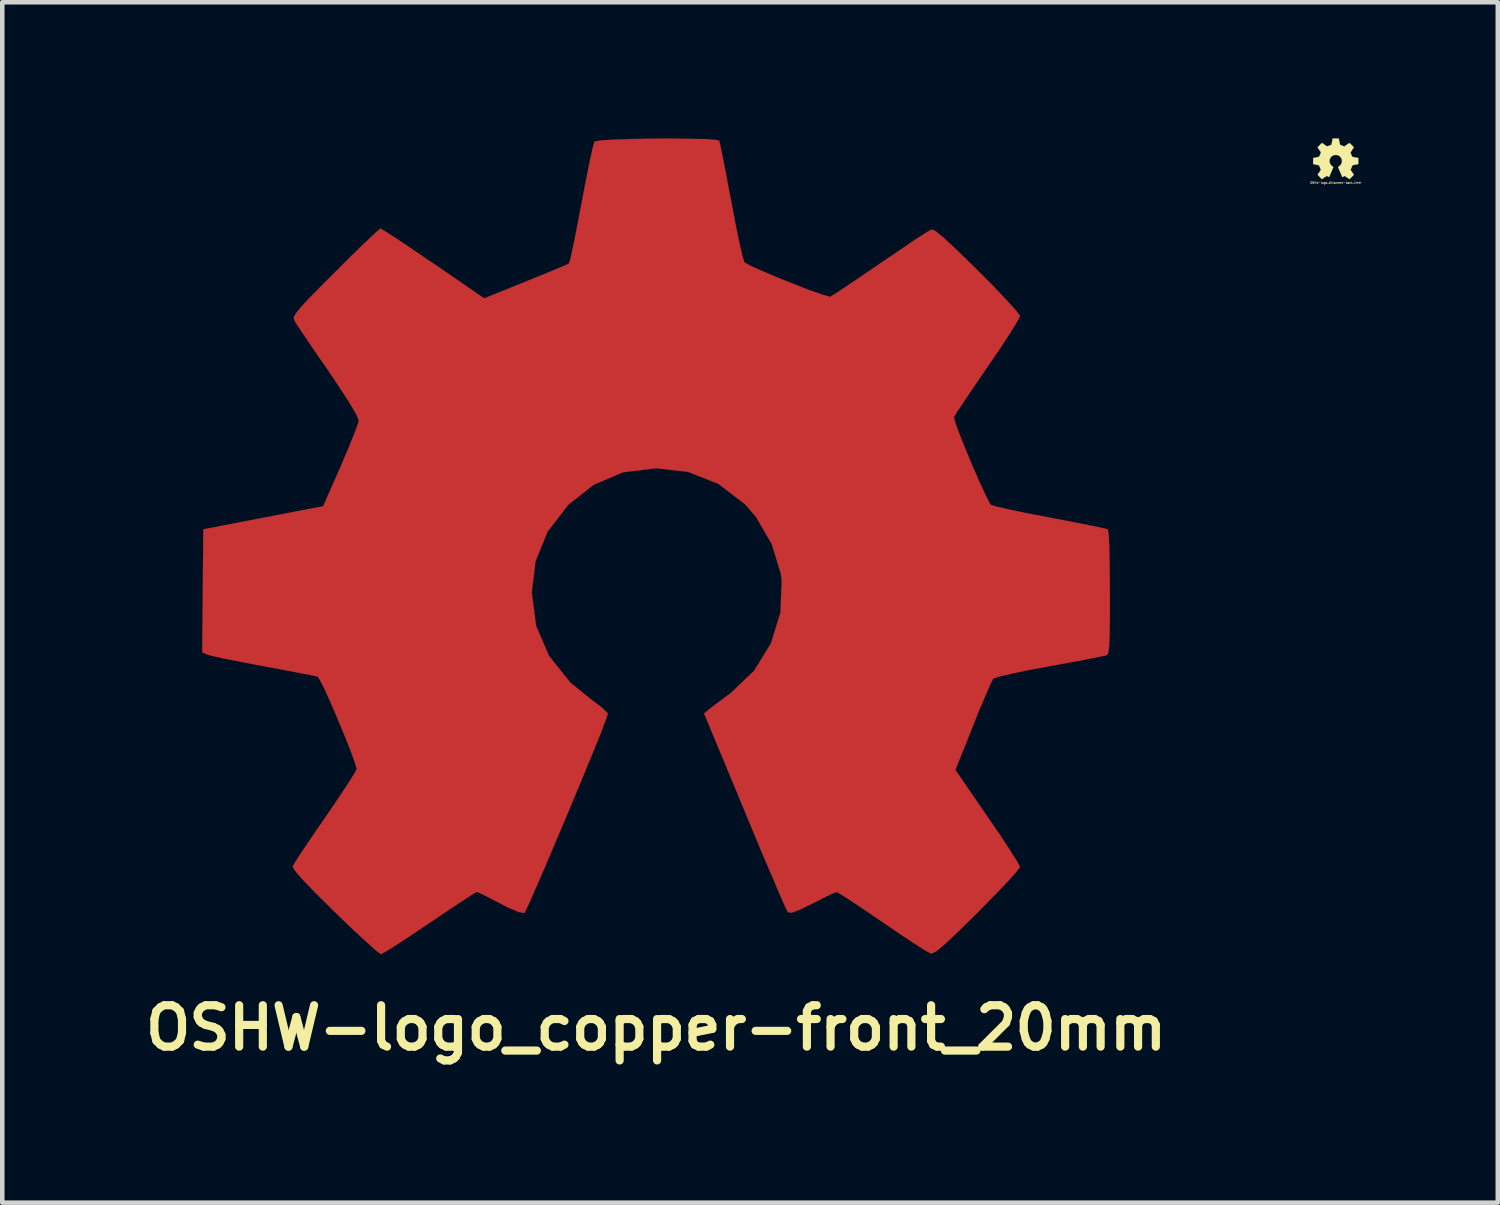
<source format=kicad_pcb>
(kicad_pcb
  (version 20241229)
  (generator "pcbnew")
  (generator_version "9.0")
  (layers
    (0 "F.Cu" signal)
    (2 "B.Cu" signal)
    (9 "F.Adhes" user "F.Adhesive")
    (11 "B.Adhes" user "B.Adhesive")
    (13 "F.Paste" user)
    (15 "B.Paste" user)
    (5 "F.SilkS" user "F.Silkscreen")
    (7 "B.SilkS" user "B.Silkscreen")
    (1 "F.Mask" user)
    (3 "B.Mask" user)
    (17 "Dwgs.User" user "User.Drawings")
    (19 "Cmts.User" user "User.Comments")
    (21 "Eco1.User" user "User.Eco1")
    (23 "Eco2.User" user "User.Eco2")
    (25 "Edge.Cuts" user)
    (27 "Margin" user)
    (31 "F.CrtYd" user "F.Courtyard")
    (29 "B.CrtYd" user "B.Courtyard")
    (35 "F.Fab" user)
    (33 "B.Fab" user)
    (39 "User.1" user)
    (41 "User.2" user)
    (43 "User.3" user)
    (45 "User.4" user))
  (footprint "OSHW-logo_silkscreen-back_1mm"
    (layer "F.Cu")
    (at 26.377 0.448)
    (property "Reference" "OSHW-logo_silkscreen-back_1mm" (at 0 0.528 0) (layer "F.SilkS") (effects (font (size 0.043 0.043) (thickness 0.008))))
    (attr through_hole)
    (fp_poly (pts (xy 0.302 0.447) (xy 0.297 0.445) (xy 0.284 0.437) (xy 0.269 0.427) (xy 0.249 0.414) (xy 0.229 0.401) (xy 0.213 0.389) (xy 0.201 0.381) (xy 0.196 0.378) (xy 0.193 0.381) (xy 0.185 0.386) (xy 0.17 0.391) (xy 0.163 0.396) (xy 0.15 0.401) (xy 0.145 0.404) (xy 0.142 0.401) (xy 0.137 0.391) (xy 0.132 0.376) (xy 0.122 0.353) (xy 0.112 0.328) (xy 0.099 0.3) (xy 0.089 0.272) (xy 0.076 0.246) (xy 0.066 0.221) (xy 0.058 0.203) (xy 0.053 0.188) (xy 0.051 0.183) (xy 0.053 0.183) (xy 0.058 0.175) (xy 0.069 0.168) (xy 0.094 0.147) (xy 0.117 0.119) (xy 0.132 0.086) (xy 0.135 0.048) (xy 0.132 0.015) (xy 0.119 -0.015) (xy 0.097 -0.046) (xy 0.069 -0.066) (xy 0.036 -0.081) (xy 0 -0.084) (xy -0.033 -0.081) (xy -0.066 -0.069) (xy -0.097 -0.046) (xy -0.109 -0.03) (xy -0.127 0) (xy -0.137 0.028) (xy -0.137 0.036) (xy -0.135 0.071) (xy -0.124 0.107) (xy -0.107 0.135) (xy -0.081 0.16) (xy -0.079 0.163) (xy -0.066 0.173) (xy -0.058 0.178) (xy -0.051 0.183) (xy -0.097 0.29) (xy -0.104 0.307) (xy -0.117 0.338) (xy -0.127 0.363) (xy -0.135 0.384) (xy -0.142 0.396) (xy -0.145 0.401) (xy -0.147 0.401) (xy -0.155 0.399) (xy -0.17 0.391) (xy -0.18 0.386) (xy -0.193 0.381) (xy -0.198 0.378) (xy -0.203 0.381) (xy -0.213 0.389) (xy -0.229 0.399) (xy -0.249 0.411) (xy -0.267 0.424) (xy -0.284 0.437) (xy -0.295 0.445) (xy -0.302 0.447) (xy -0.307 0.445) (xy -0.318 0.437) (xy -0.333 0.422) (xy -0.353 0.401) (xy -0.356 0.399) (xy -0.373 0.381) (xy -0.386 0.366) (xy -0.396 0.356) (xy -0.399 0.353) (xy -0.396 0.345) (xy -0.389 0.333) (xy -0.378 0.318) (xy -0.363 0.297) (xy -0.328 0.244) (xy -0.348 0.196) (xy -0.353 0.18) (xy -0.361 0.163) (xy -0.368 0.15) (xy -0.371 0.145) (xy -0.376 0.142) (xy -0.389 0.14) (xy -0.409 0.135) (xy -0.432 0.132) (xy -0.455 0.127) (xy -0.472 0.122) (xy -0.488 0.119) (xy -0.495 0.119) (xy -0.495 0.117) (xy -0.498 0.114) (xy -0.498 0.109) (xy -0.498 0.097) (xy -0.498 0.076) (xy -0.498 0.048) (xy -0.498 0.046) (xy -0.498 0.02) (xy -0.498 0) (xy -0.498 -0.013) (xy -0.495 -0.018) (xy -0.49 -0.02) (xy -0.475 -0.023) (xy -0.457 -0.025) (xy -0.432 -0.03) (xy -0.406 -0.036) (xy -0.389 -0.041) (xy -0.373 -0.043) (xy -0.368 -0.046) (xy -0.366 -0.046) (xy -0.361 -0.056) (xy -0.356 -0.071) (xy -0.348 -0.089) (xy -0.34 -0.107) (xy -0.333 -0.124) (xy -0.328 -0.135) (xy -0.328 -0.142) (xy -0.33 -0.147) (xy -0.338 -0.16) (xy -0.351 -0.175) (xy -0.363 -0.196) (xy -0.366 -0.198) (xy -0.378 -0.218) (xy -0.389 -0.236) (xy -0.396 -0.246) (xy -0.399 -0.251) (xy -0.399 -0.254) (xy -0.396 -0.259) (xy -0.386 -0.269) (xy -0.371 -0.284) (xy -0.353 -0.302) (xy -0.348 -0.307) (xy -0.328 -0.328) (xy -0.315 -0.34) (xy -0.305 -0.345) (xy -0.302 -0.348) (xy -0.295 -0.345) (xy -0.282 -0.335) (xy -0.267 -0.325) (xy -0.246 -0.31) (xy -0.244 -0.31) (xy -0.224 -0.297) (xy -0.208 -0.284) (xy -0.196 -0.277) (xy -0.191 -0.274) (xy -0.183 -0.277) (xy -0.168 -0.282) (xy -0.15 -0.287) (xy -0.132 -0.295) (xy -0.114 -0.302) (xy -0.102 -0.307) (xy -0.097 -0.312) (xy -0.094 -0.32) (xy -0.091 -0.335) (xy -0.086 -0.356) (xy -0.081 -0.378) (xy -0.081 -0.384) (xy -0.076 -0.406) (xy -0.074 -0.427) (xy -0.069 -0.439) (xy -0.069 -0.447) (xy -0.066 -0.447) (xy -0.053 -0.447) (xy -0.036 -0.447) (xy -0.013 -0.447) (xy 0.008 -0.447) (xy 0.028 -0.447) (xy 0.048 -0.447) (xy 0.061 -0.447) (xy 0.066 -0.445) (xy 0.069 -0.437) (xy 0.071 -0.422) (xy 0.076 -0.401) (xy 0.081 -0.376) (xy 0.081 -0.373) (xy 0.086 -0.348) (xy 0.091 -0.33) (xy 0.094 -0.315) (xy 0.094 -0.31) (xy 0.097 -0.31) (xy 0.107 -0.305) (xy 0.122 -0.3) (xy 0.142 -0.29) (xy 0.188 -0.272) (xy 0.244 -0.31) (xy 0.249 -0.315) (xy 0.269 -0.328) (xy 0.287 -0.338) (xy 0.297 -0.345) (xy 0.302 -0.348) (xy 0.307 -0.343) (xy 0.32 -0.333) (xy 0.335 -0.318) (xy 0.353 -0.302) (xy 0.366 -0.287) (xy 0.381 -0.272) (xy 0.391 -0.262) (xy 0.396 -0.254) (xy 0.399 -0.251) (xy 0.396 -0.249) (xy 0.394 -0.241) (xy 0.386 -0.231) (xy 0.373 -0.213) (xy 0.361 -0.193) (xy 0.348 -0.175) (xy 0.338 -0.157) (xy 0.33 -0.145) (xy 0.325 -0.137) (xy 0.328 -0.135) (xy 0.33 -0.124) (xy 0.338 -0.107) (xy 0.345 -0.086) (xy 0.366 -0.043) (xy 0.394 -0.038) (xy 0.411 -0.033) (xy 0.437 -0.03) (xy 0.46 -0.025) (xy 0.498 -0.018) (xy 0.498 0.114) (xy 0.493 0.117) (xy 0.488 0.119) (xy 0.475 0.122) (xy 0.455 0.127) (xy 0.432 0.13) (xy 0.411 0.135) (xy 0.391 0.137) (xy 0.378 0.14) (xy 0.371 0.142) (xy 0.371 0.145) (xy 0.366 0.155) (xy 0.358 0.17) (xy 0.351 0.188) (xy 0.343 0.206) (xy 0.335 0.224) (xy 0.33 0.236) (xy 0.328 0.244) (xy 0.33 0.249) (xy 0.338 0.262) (xy 0.351 0.277) (xy 0.363 0.297) (xy 0.376 0.318) (xy 0.389 0.333) (xy 0.396 0.345) (xy 0.399 0.351) (xy 0.396 0.356) (xy 0.389 0.363) (xy 0.376 0.378) (xy 0.353 0.401) (xy 0.348 0.404) (xy 0.333 0.422) (xy 0.318 0.434) (xy 0.307 0.445) (xy 0.302 0.447)) (stroke (width 0.003) (type solid)) (fill yes) (layer "F.SilkS")))
  (footprint "OSHW-logo_copper-front_20mm"
    (layer "F.Cu")
    (at 11.404 8.988)
    (property "Reference" "OSHW-logo_copper-front_20mm" (at 0 10.607 0) (layer "F.SilkS") (effects (font (size 0.912 0.912) (thickness 0.18))))
    (attr through_hole)
    (fp_poly (pts (xy -6.063 8.984) (xy -5.959 8.928) (xy -5.723 8.781) (xy -5.39 8.562) (xy -4.996 8.298) (xy -4.6 8.031) (xy -4.272 7.813) (xy -4.046 7.666) (xy -3.95 7.612) (xy -3.899 7.63) (xy -3.711 7.722) (xy -3.437 7.864) (xy -3.279 7.948) (xy -3.028 8.054) (xy -2.903 8.077) (xy -2.883 8.042) (xy -2.791 7.851) (xy -2.647 7.523) (xy -2.459 7.089) (xy -2.243 6.581) (xy -2.012 6.035) (xy -1.778 5.476) (xy -1.557 4.943) (xy -1.361 4.465) (xy -1.204 4.077) (xy -1.102 3.805) (xy -1.064 3.688) (xy -1.074 3.665) (xy -1.201 3.543) (xy -1.42 3.378) (xy -1.892 2.995) (xy -2.36 2.41) (xy -2.644 1.748) (xy -2.738 1.013) (xy -2.657 0.33) (xy -2.39 -0.328) (xy -1.933 -0.917) (xy -1.379 -1.356) (xy -0.729 -1.633) (xy -0.003 -1.722) (xy 0.699 -1.643) (xy 1.369 -1.379) (xy 1.958 -0.93) (xy 2.205 -0.643) (xy 2.55 -0.046) (xy 2.746 0.597) (xy 2.766 0.759) (xy 2.738 1.46) (xy 2.53 2.134) (xy 2.159 2.738) (xy 1.643 3.231) (xy 1.58 3.277) (xy 1.341 3.454) (xy 1.181 3.576) (xy 1.057 3.68) (xy 1.951 5.832) (xy 2.093 6.175) (xy 2.337 6.764) (xy 2.555 7.269) (xy 2.725 7.673) (xy 2.845 7.943) (xy 2.898 8.052) (xy 2.903 8.057) (xy 2.982 8.072) (xy 3.147 8.011) (xy 3.447 7.866) (xy 3.645 7.765) (xy 3.873 7.653) (xy 3.978 7.612) (xy 4.064 7.661) (xy 4.285 7.803) (xy 4.605 8.016) (xy 4.989 8.278) (xy 5.354 8.527) (xy 5.692 8.75) (xy 5.939 8.908) (xy 6.058 8.971) (xy 6.076 8.971) (xy 6.182 8.913) (xy 6.375 8.75) (xy 6.67 8.473) (xy 7.084 8.065) (xy 7.148 8.001) (xy 7.488 7.653) (xy 7.765 7.363) (xy 7.95 7.155) (xy 8.019 7.061) (xy 7.958 6.944) (xy 7.803 6.701) (xy 7.579 6.358) (xy 7.305 5.959) (xy 6.594 4.923) (xy 6.985 3.945) (xy 7.104 3.645) (xy 7.257 3.282) (xy 7.371 3.023) (xy 7.429 2.911) (xy 7.536 2.873) (xy 7.803 2.809) (xy 8.191 2.728) (xy 8.654 2.642) (xy 9.093 2.56) (xy 9.492 2.487) (xy 9.779 2.428) (xy 9.909 2.403) (xy 9.939 2.385) (xy 9.967 2.322) (xy 9.982 2.187) (xy 9.992 1.946) (xy 9.997 1.565) (xy 9.997 1.013) (xy 9.997 0.953) (xy 9.992 0.427) (xy 9.985 0.008) (xy 9.97 -0.269) (xy 9.952 -0.376) (xy 9.949 -0.378) (xy 9.825 -0.409) (xy 9.545 -0.467) (xy 9.147 -0.546) (xy 8.672 -0.635) (xy 8.644 -0.643) (xy 8.169 -0.732) (xy 7.772 -0.815) (xy 7.496 -0.879) (xy 7.379 -0.914) (xy 7.353 -0.95) (xy 7.259 -1.133) (xy 7.122 -1.427) (xy 6.965 -1.786) (xy 6.812 -2.156) (xy 6.678 -2.489) (xy 6.589 -2.741) (xy 6.561 -2.852) (xy 6.563 -2.855) (xy 6.634 -2.969) (xy 6.797 -3.213) (xy 7.026 -3.553) (xy 7.303 -3.957) (xy 7.323 -3.988) (xy 7.595 -4.387) (xy 7.816 -4.724) (xy 7.963 -4.966) (xy 8.019 -5.075) (xy 8.016 -5.083) (xy 7.927 -5.202) (xy 7.722 -5.428) (xy 7.432 -5.733) (xy 7.082 -6.086) (xy 6.97 -6.195) (xy 6.581 -6.574) (xy 6.312 -6.822) (xy 6.144 -6.955) (xy 6.063 -6.985) (xy 6.06 -6.982) (xy 5.939 -6.909) (xy 5.687 -6.746) (xy 5.344 -6.513) (xy 4.938 -6.238) (xy 4.91 -6.218) (xy 4.511 -5.946) (xy 4.178 -5.723) (xy 3.942 -5.565) (xy 3.838 -5.502) (xy 3.82 -5.502) (xy 3.658 -5.55) (xy 3.373 -5.649) (xy 3.023 -5.786) (xy 2.654 -5.933) (xy 2.319 -6.076) (xy 2.065 -6.19) (xy 1.946 -6.259) (xy 1.943 -6.264) (xy 1.9 -6.406) (xy 1.831 -6.706) (xy 1.748 -7.117) (xy 1.654 -7.607) (xy 1.638 -7.686) (xy 1.549 -8.164) (xy 1.473 -8.555) (xy 1.417 -8.829) (xy 1.389 -8.941) (xy 1.323 -8.956) (xy 1.087 -8.974) (xy 0.732 -8.981) (xy 0.302 -8.987) (xy -0.152 -8.984) (xy -0.594 -8.974) (xy -0.973 -8.961) (xy -1.242 -8.943) (xy -1.354 -8.92) (xy -1.359 -8.913) (xy -1.4 -8.766) (xy -1.466 -8.466) (xy -1.549 -8.052) (xy -1.643 -7.562) (xy -1.661 -7.475) (xy -1.75 -7) (xy -1.829 -6.609) (xy -1.887 -6.342) (xy -1.918 -6.236) (xy -1.961 -6.213) (xy -2.156 -6.129) (xy -2.474 -5.997) (xy -2.87 -5.837) (xy -3.787 -5.466) (xy -4.907 -6.236) (xy -5.011 -6.304) (xy -5.415 -6.579) (xy -5.745 -6.8) (xy -5.977 -6.949) (xy -6.073 -7.003) (xy -6.081 -7) (xy -6.193 -6.901) (xy -6.413 -6.693) (xy -6.718 -6.398) (xy -7.071 -6.045) (xy -7.333 -5.784) (xy -7.643 -5.469) (xy -7.838 -5.258) (xy -7.945 -5.121) (xy -7.983 -5.039) (xy -7.973 -4.983) (xy -7.902 -4.869) (xy -7.737 -4.623) (xy -7.506 -4.282) (xy -7.231 -3.886) (xy -7.008 -3.553) (xy -6.764 -3.178) (xy -6.604 -2.908) (xy -6.551 -2.776) (xy -6.563 -2.723) (xy -6.642 -2.502) (xy -6.777 -2.169) (xy -6.944 -1.775) (xy -7.336 -0.886) (xy -7.917 -0.775) (xy -8.27 -0.706) (xy -8.763 -0.612) (xy -9.235 -0.521) (xy -9.975 -0.378) (xy -10 2.334) (xy -9.886 2.383) (xy -9.776 2.413) (xy -9.502 2.474) (xy -9.114 2.55) (xy -8.654 2.639) (xy -8.26 2.71) (xy -7.866 2.786) (xy -7.582 2.84) (xy -7.457 2.868) (xy -7.424 2.911) (xy -7.325 3.101) (xy -7.186 3.406) (xy -7.028 3.772) (xy -6.871 4.15) (xy -6.731 4.501) (xy -6.634 4.768) (xy -6.596 4.905) (xy -6.652 5.009) (xy -6.8 5.243) (xy -7.018 5.573) (xy -7.287 5.966) (xy -7.556 6.358) (xy -7.783 6.693) (xy -7.94 6.934) (xy -8.006 7.046) (xy -7.973 7.12) (xy -7.816 7.31) (xy -7.521 7.617) (xy -7.079 8.054) (xy -7.008 8.123) (xy -6.657 8.461) (xy -6.36 8.733) (xy -6.154 8.918) (xy -6.063 8.984)) (stroke (width 0.003) (type solid)) (fill yes) (layer "F.Cu")))
  (gr_rect
    (start -3 -3)
    (end 29.947 23.445)
    (stroke (width 0.1) (type default))
    (fill no)
    (layer "Edge.Cuts")))
</source>
